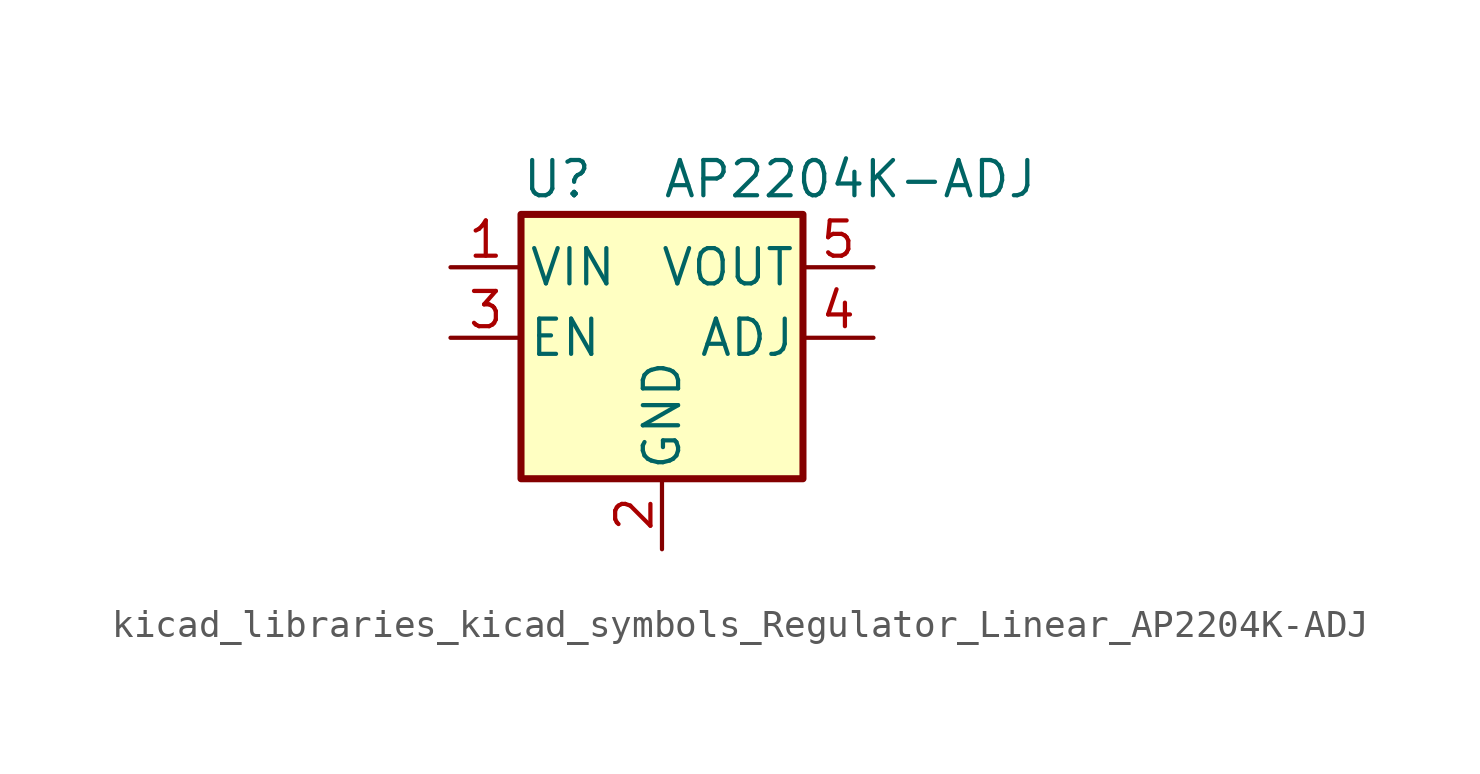
<source format=kicad_sym>
(kicad_symbol_lib
  (version 20220914)
  (generator kicad_symbol_editor)
  (symbol "kicad_libraries_kicad_symbols_Regulator_Linear_AP2204K-ADJ"
    (pin_names
      (offset 0.254))
    (property "Reference" "U"
      (at -5.08 5.715 0)
      (effects (font (size 1.27 1.27)) (justify left)))
    (property "Value" "AP2204K-ADJ"
      (at 0 5.715 0)
      (effects (font (size 1.27 1.27)) (justify left)))
    (symbol "kicad_libraries_kicad_symbols_Regulator_Linear_AP2204K-ADJ_0_1"
      (rectangle (start -5.08 4.445) (end 5.08 -5.08) (stroke (width 0.254) (type default)) (fill (type background))))
    (symbol "kicad_libraries_kicad_symbols_Regulator_Linear_AP2204K-ADJ_1_1"
      (pin power_in line (at -7.62 2.54 0) (length 2.54) (name "VIN" (effects (font (size 1.27 1.27)))) (number "1" (effects (font (size 1.27 1.27)))))
      (pin power_in line (at 0 -7.62 90) (length 2.54) (name "GND" (effects (font (size 1.27 1.27)))) (number "2" (effects (font (size 1.27 1.27)))))
      (pin input line (at -7.62 0 0) (length 2.54) (name "EN" (effects (font (size 1.27 1.27)))) (number "3" (effects (font (size 1.27 1.27)))))
      (pin input line (at 7.62 0 180) (length 2.54) (name "ADJ" (effects (font (size 1.27 1.27)))) (number "4" (effects (font (size 1.27 1.27)))))
      (pin power_out line (at 7.62 2.54 180) (length 2.54) (name "VOUT" (effects (font (size 1.27 1.27)))) (number "5" (effects (font (size 1.27 1.27))))))))
</source>
